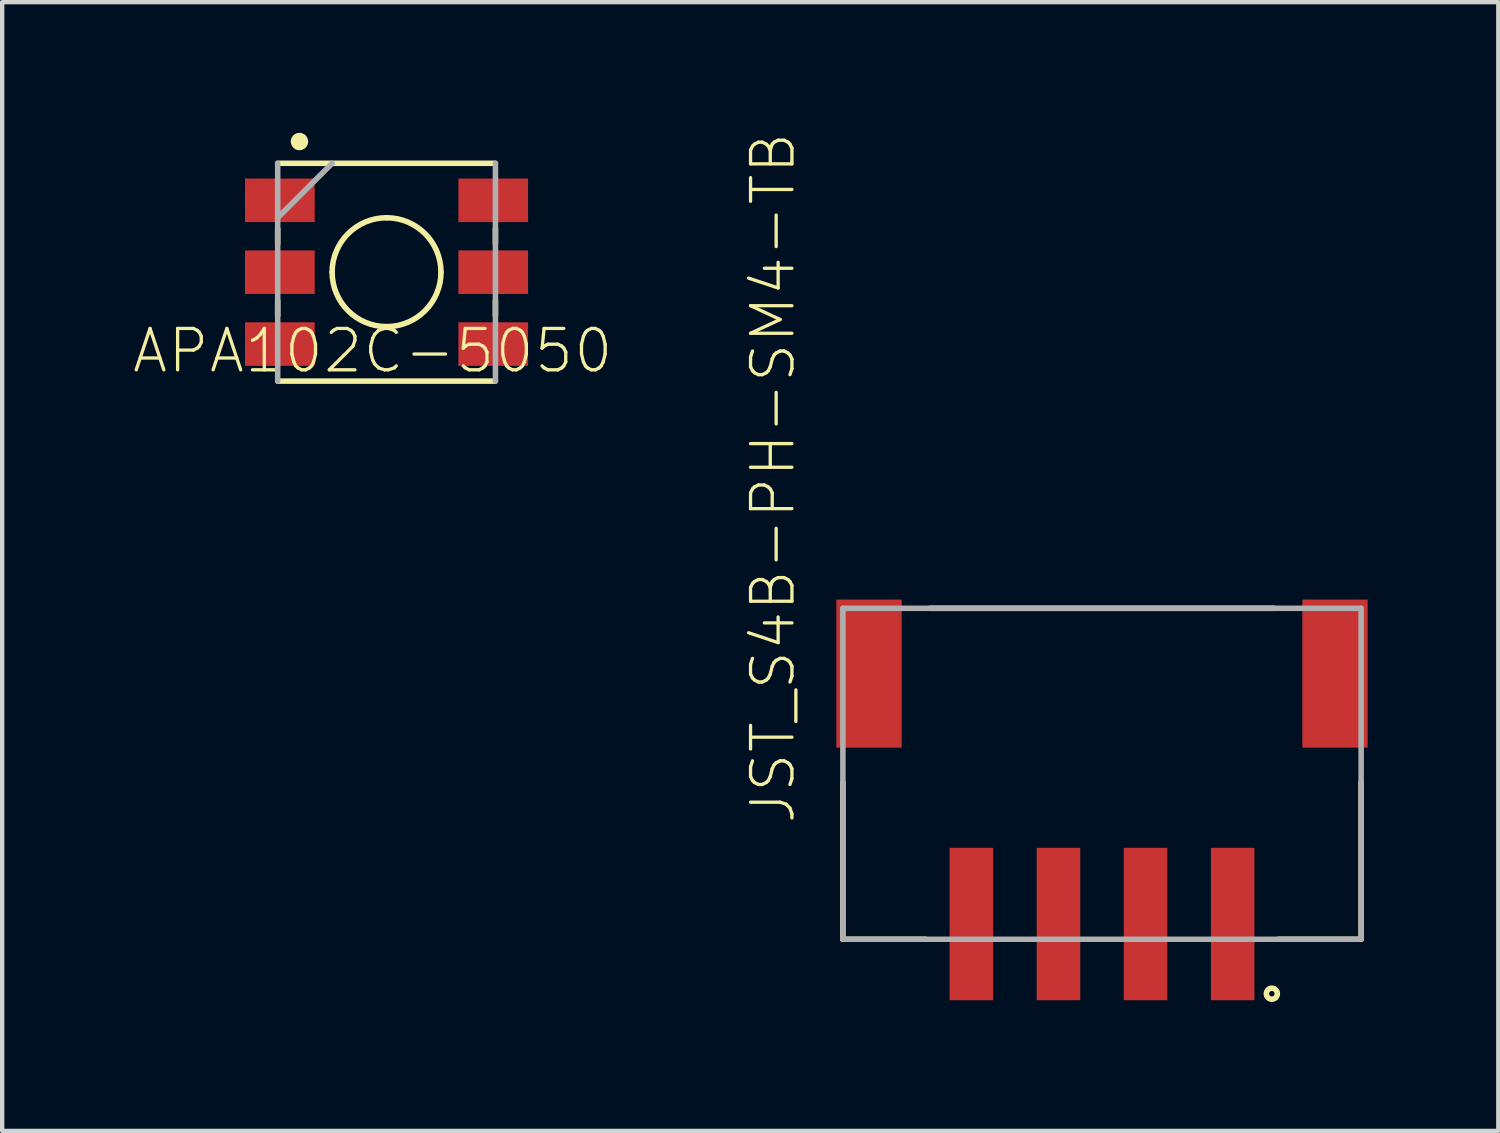
<source format=kicad_pcb>
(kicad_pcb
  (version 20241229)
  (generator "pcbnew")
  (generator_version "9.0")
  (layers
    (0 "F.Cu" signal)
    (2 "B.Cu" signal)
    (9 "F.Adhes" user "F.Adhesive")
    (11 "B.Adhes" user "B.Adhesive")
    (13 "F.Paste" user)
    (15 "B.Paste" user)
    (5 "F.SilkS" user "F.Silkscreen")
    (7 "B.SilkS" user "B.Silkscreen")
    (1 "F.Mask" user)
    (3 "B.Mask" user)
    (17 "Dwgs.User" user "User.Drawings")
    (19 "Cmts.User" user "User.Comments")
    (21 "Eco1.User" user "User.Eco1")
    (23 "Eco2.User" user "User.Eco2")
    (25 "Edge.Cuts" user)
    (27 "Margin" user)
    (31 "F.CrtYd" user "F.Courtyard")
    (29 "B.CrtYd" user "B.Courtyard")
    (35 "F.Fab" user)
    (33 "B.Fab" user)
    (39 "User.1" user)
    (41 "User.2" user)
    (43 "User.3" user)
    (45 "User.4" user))
  (footprint "JST_S4B-PH-SM4-TB"
    (layer "F.Cu")
    (at 22.254 10.917)
    (property "Reference" "JST_S4B-PH-SM4-TB" (at -7 5 90) (layer "F.SilkS") (effects (font (size 0.95 0.95) (thickness 0.076)) (justify left bottom)))
    (attr through_hole)
    (fp_line (start -5.95 4) (end -5.95 7.6) (stroke (width 0.127) (type solid)) (layer "F.SilkS"))
    (fp_line (start -5.95 7.6) (end -4.05 7.6) (stroke (width 0.127) (type solid)) (layer "F.SilkS"))
    (fp_line (start 3.95 0) (end -3.95 0) (stroke (width 0.127) (type solid)) (layer "F.SilkS"))
    (fp_line (start 4.05 7.6) (end 5.95 7.6) (stroke (width 0.127) (type solid)) (layer "F.SilkS"))
    (fp_line (start 5.95 7.6) (end 5.95 4) (stroke (width 0.127) (type solid)) (layer "F.SilkS"))
    (fp_circle (center 3.9 8.85) (end 3.963 8.85) (stroke (width 0.127) (type solid)) (fill no) (layer "F.SilkS"))
    (fp_line (start -5.95 0) (end -5.95 7.6) (stroke (width 0.127) (type solid)) (layer "F.Fab"))
    (fp_line (start -5.95 7.6) (end 5.95 7.6) (stroke (width 0.127) (type solid)) (layer "F.Fab"))
    (fp_line (start 5.95 0) (end -5.95 0) (stroke (width 0.127) (type solid)) (layer "F.Fab"))
    (fp_line (start 5.95 7.6) (end 5.95 0) (stroke (width 0.127) (type solid)) (layer "F.Fab"))
    (pad "1" smd rect (at 3 7.25) (size 1 3.5) (layers "F.Cu" "F.Mask" "F.Paste"))
    (pad "2" smd rect (at 1 7.25) (size 1 3.5) (layers "F.Cu" "F.Mask" "F.Paste"))
    (pad "3" smd rect (at -1 7.25) (size 1 3.5) (layers "F.Cu" "F.Mask" "F.Paste"))
    (pad "4" smd rect (at -3 7.25) (size 1 3.5) (layers "F.Cu" "F.Mask" "F.Paste"))
    (pad "P1" smd rect (at 5.35 1.5) (size 1.5 3.4) (layers "F.Cu" "F.Mask" "F.Paste"))
    (pad "P2" smd rect (at -5.35 1.5) (size 1.5 3.4) (layers "F.Cu" "F.Mask" "F.Paste")))
  (footprint "APA102C-5050"
    (layer "F.Cu")
    (at 5.826 3.2)
    (property "Reference" "APA102C-5050" (at 5.25 1.25 0) (layer "F.SilkS") (effects (font (size 0.95 0.95) (thickness 0.076)) (justify right top)))
    (attr through_hole)
    (fp_line (start -2.5 -1) (end -2.5 -0.65) (stroke (width 0.127) (type solid)) (layer "F.SilkS"))
    (fp_line (start -2.5 0.65) (end -2.5 1) (stroke (width 0.127) (type solid)) (layer "F.SilkS"))
    (fp_line (start -2.5 2.5) (end 2.5 2.5) (stroke (width 0.127) (type solid)) (layer "F.SilkS"))
    (fp_line (start 2.5 -2.5) (end -2.5 -2.5) (stroke (width 0.127) (type solid)) (layer "F.SilkS"))
    (fp_line (start 2.5 -0.65) (end 2.5 -1) (stroke (width 0.127) (type solid)) (layer "F.SilkS"))
    (fp_line (start 2.5 1) (end 2.5 0.65) (stroke (width 0.127) (type solid)) (layer "F.SilkS"))
    (fp_arc (start -1.25 0) (mid -0.883883 -0.883883) (end 0 -1.25) (stroke (width 0.127) (type solid)) (layer "F.SilkS"))
    (fp_arc (start 0 -1.25) (mid 0.883883 -0.883883) (end 1.25 0) (stroke (width 0.127) (type solid)) (layer "F.SilkS"))
    (fp_arc (start 0 1.25) (mid -0.883883 0.883883) (end -1.25 0) (stroke (width 0.127) (type solid)) (layer "F.SilkS"))
    (fp_arc (start 1.25 0) (mid 0.883883 0.883883) (end 0 1.25) (stroke (width 0.127) (type solid)) (layer "F.SilkS"))
    (fp_circle (center -2 -3) (end -1.9 -3) (stroke (width 0.2) (type solid)) (fill no) (layer "F.SilkS"))
    (fp_line (start -2.5 -2.5) (end -2.5 -1.25) (stroke (width 0.127) (type solid)) (layer "F.Fab"))
    (fp_line (start -2.5 -1.25) (end -2.5 2.5) (stroke (width 0.127) (type solid)) (layer "F.Fab"))
    (fp_line (start -2.5 -1.25) (end -1.25 -2.5) (stroke (width 0.127) (type solid)) (layer "F.Fab"))
    (fp_line (start 2.5 2.5) (end 2.5 -2.5) (stroke (width 0.127) (type solid)) (layer "F.Fab"))
    (pad "1" smd rect (at -2.45 -1.65 180) (size 1.6 1) (layers "F.Cu" "F.Mask" "F.Paste"))
    (pad "2" smd rect (at -2.45 0 180) (size 1.6 1) (layers "F.Cu" "F.Mask" "F.Paste"))
    (pad "3" smd rect (at -2.45 1.65 180) (size 1.6 1) (layers "F.Cu" "F.Mask" "F.Paste"))
    (pad "4" smd rect (at 2.45 -1.65 180) (size 1.6 1) (layers "F.Cu" "F.Mask" "F.Paste"))
    (pad "5" smd rect (at 2.45 0 180) (size 1.6 1) (layers "F.Cu" "F.Mask" "F.Paste"))
    (pad "6" smd rect (at 2.45 1.65 180) (size 1.6 1) (layers "F.Cu" "F.Mask" "F.Paste")))
  (gr_rect
    (start -3 -3)
    (end 31.354 22.917)
    (stroke (width 0.1) (type default))
    (fill no)
    (layer "Edge.Cuts")))
</source>
